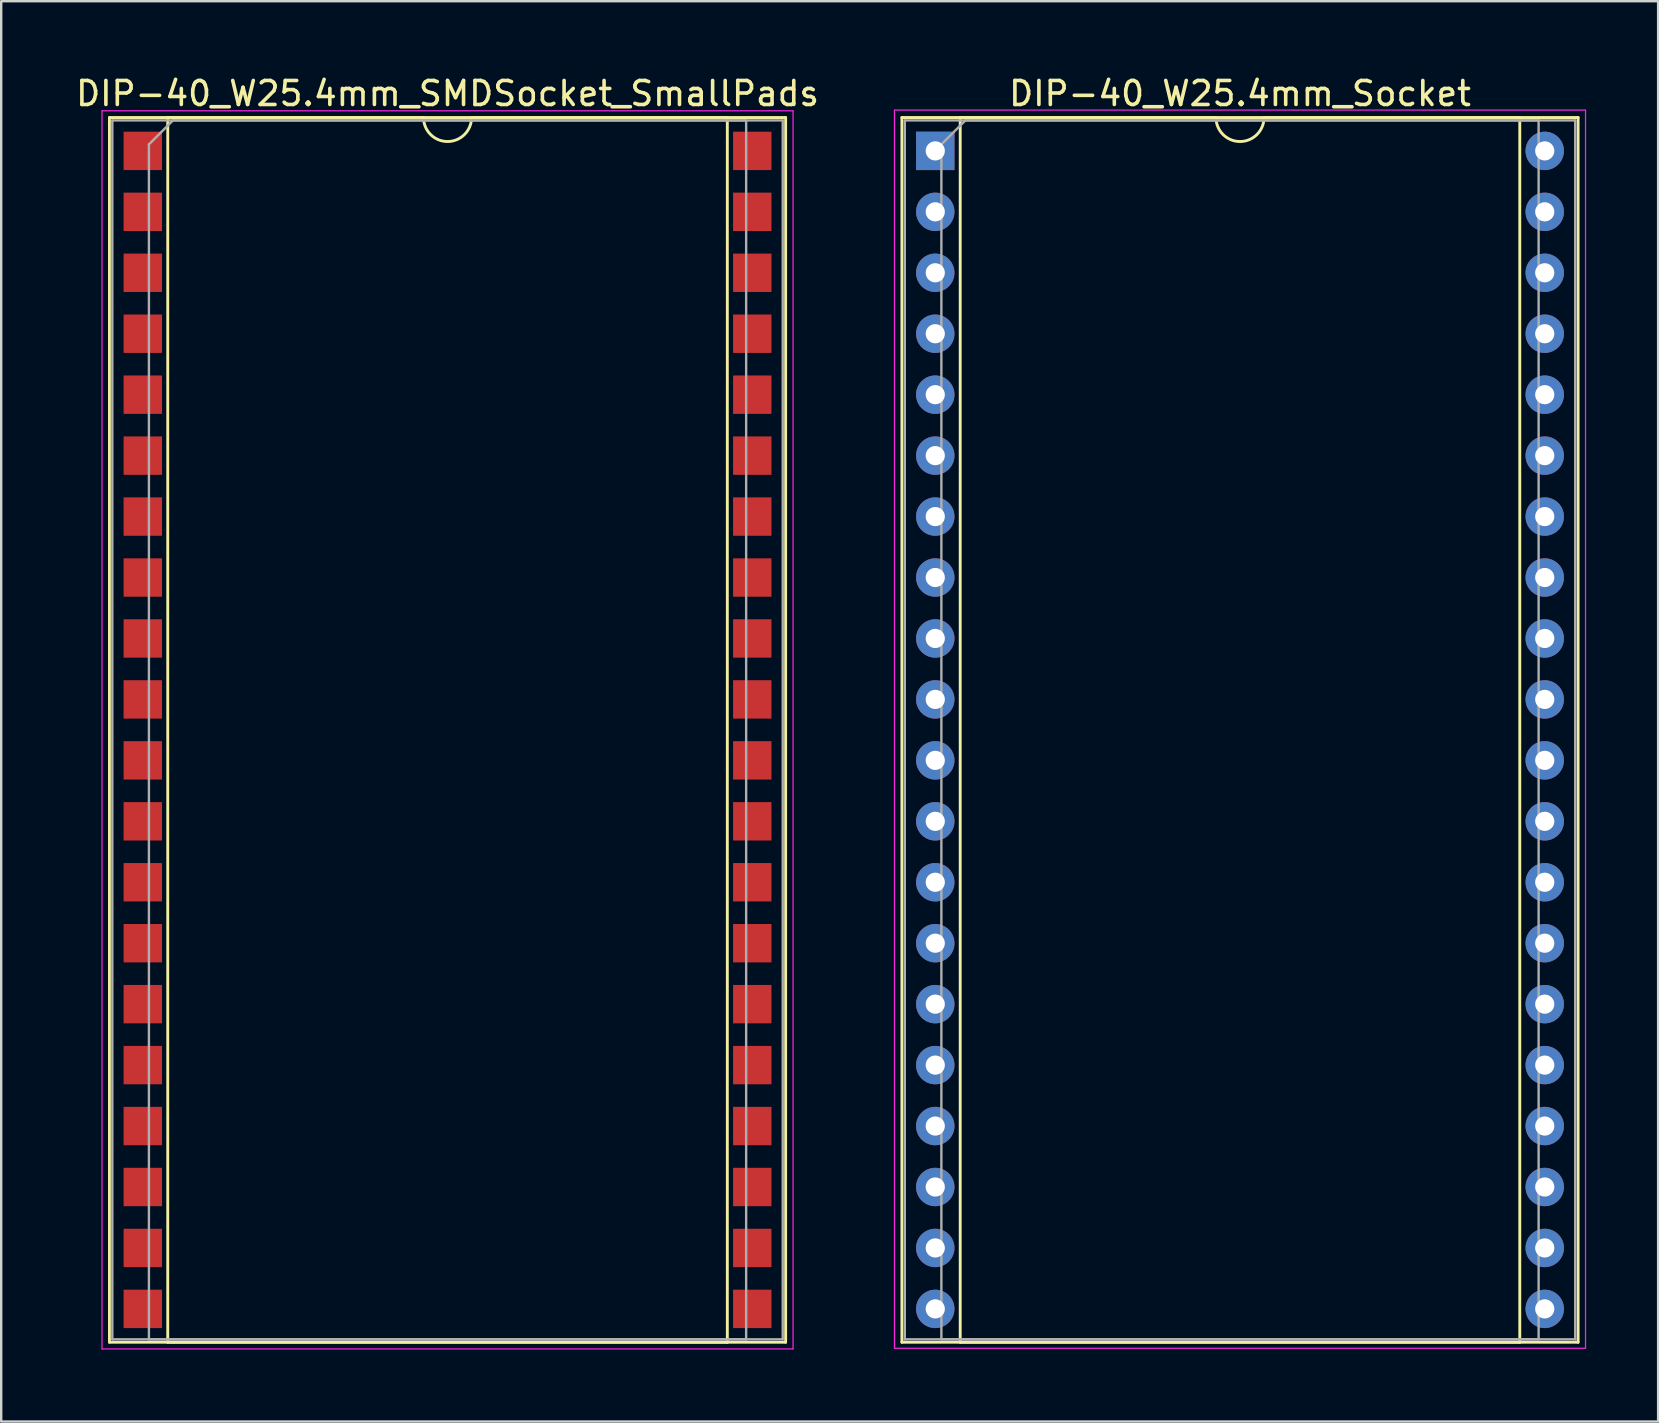
<source format=kicad_pcb>
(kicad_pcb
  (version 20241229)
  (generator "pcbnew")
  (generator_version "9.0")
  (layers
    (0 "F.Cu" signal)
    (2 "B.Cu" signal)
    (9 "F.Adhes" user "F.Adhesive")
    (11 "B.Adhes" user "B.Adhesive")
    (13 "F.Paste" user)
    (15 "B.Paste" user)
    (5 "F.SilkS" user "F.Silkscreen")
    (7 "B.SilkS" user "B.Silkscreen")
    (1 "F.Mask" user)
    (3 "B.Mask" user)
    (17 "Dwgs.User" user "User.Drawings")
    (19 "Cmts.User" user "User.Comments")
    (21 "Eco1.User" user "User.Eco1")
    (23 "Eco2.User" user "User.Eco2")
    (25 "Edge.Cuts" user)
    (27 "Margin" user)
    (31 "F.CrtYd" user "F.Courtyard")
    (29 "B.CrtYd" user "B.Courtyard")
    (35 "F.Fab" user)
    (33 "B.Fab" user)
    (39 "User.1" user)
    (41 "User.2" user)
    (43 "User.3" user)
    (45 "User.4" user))
  (footprint "DIP-40_W25.4mm_Socket"
    (layer "F.Cu")
    (at 35.927 3.238)
    (property "Reference" "DIP-40_W25.4mm_Socket" (at 12.7 -2.39 0) (layer "F.SilkS") (effects (font (size 1 1) (thickness 0.15))))
    (attr through_hole)
    (fp_line (start -1.39 -1.39) (end -1.39 49.65) (stroke (width 0.12) (type solid)) (layer "F.SilkS"))
    (fp_line (start -1.39 49.65) (end 26.79 49.65) (stroke (width 0.12) (type solid)) (layer "F.SilkS"))
    (fp_line (start 1.04 -1.39) (end 1.04 49.65) (stroke (width 0.12) (type solid)) (layer "F.SilkS"))
    (fp_line (start 1.04 49.65) (end 24.36 49.65) (stroke (width 0.12) (type solid)) (layer "F.SilkS"))
    (fp_line (start 11.7 -1.39) (end 1.04 -1.39) (stroke (width 0.12) (type solid)) (layer "F.SilkS"))
    (fp_line (start 24.36 -1.39) (end 13.7 -1.39) (stroke (width 0.12) (type solid)) (layer "F.SilkS"))
    (fp_line (start 24.36 49.65) (end 24.36 -1.39) (stroke (width 0.12) (type solid)) (layer "F.SilkS"))
    (fp_line (start 26.79 -1.39) (end -1.39 -1.39) (stroke (width 0.12) (type solid)) (layer "F.SilkS"))
    (fp_line (start 26.79 49.65) (end 26.79 -1.39) (stroke (width 0.12) (type solid)) (layer "F.SilkS"))
    (fp_arc (start 13.7 -1.39) (mid 12.7 -0.39) (end 11.7 -1.39) (stroke (width 0.12) (type solid)) (layer "F.SilkS"))
    (fp_line (start -1.7 -1.7) (end -1.7 49.9) (stroke (width 0.05) (type solid)) (layer "F.CrtYd"))
    (fp_line (start -1.7 49.9) (end 27.1 49.9) (stroke (width 0.05) (type solid)) (layer "F.CrtYd"))
    (fp_line (start 27.1 -1.7) (end -1.7 -1.7) (stroke (width 0.05) (type solid)) (layer "F.CrtYd"))
    (fp_line (start 27.1 49.9) (end 27.1 -1.7) (stroke (width 0.05) (type solid)) (layer "F.CrtYd"))
    (fp_line (start -1.27 -1.27) (end -1.27 49.53) (stroke (width 0.1) (type solid)) (layer "F.Fab"))
    (fp_line (start -1.27 49.53) (end 26.67 49.53) (stroke (width 0.1) (type solid)) (layer "F.Fab"))
    (fp_line (start 0.255 -0.27) (end 1.255 -1.27) (stroke (width 0.1) (type solid)) (layer "F.Fab"))
    (fp_line (start 0.255 49.53) (end 0.255 -0.27) (stroke (width 0.1) (type solid)) (layer "F.Fab"))
    (fp_line (start 1.255 -1.27) (end 25.145 -1.27) (stroke (width 0.1) (type solid)) (layer "F.Fab"))
    (fp_line (start 25.145 -1.27) (end 25.145 49.53) (stroke (width 0.1) (type solid)) (layer "F.Fab"))
    (fp_line (start 25.145 49.53) (end 0.255 49.53) (stroke (width 0.1) (type solid)) (layer "F.Fab"))
    (fp_line (start 26.67 -1.27) (end -1.27 -1.27) (stroke (width 0.1) (type solid)) (layer "F.Fab"))
    (fp_line (start 26.67 49.53) (end 26.67 -1.27) (stroke (width 0.1) (type solid)) (layer "F.Fab"))
    (pad "1" thru_hole rect (at 0 0) (size 1.6 1.6) (drill 0.8) (layers "*.Cu" "*.Mask"))
    (pad "2" thru_hole oval (at 0 2.54) (size 1.6 1.6) (drill 0.8) (layers "*.Cu" "*.Mask"))
    (pad "3" thru_hole oval (at 0 5.08) (size 1.6 1.6) (drill 0.8) (layers "*.Cu" "*.Mask"))
    (pad "4" thru_hole oval (at 0 7.62) (size 1.6 1.6) (drill 0.8) (layers "*.Cu" "*.Mask"))
    (pad "5" thru_hole oval (at 0 10.16) (size 1.6 1.6) (drill 0.8) (layers "*.Cu" "*.Mask"))
    (pad "6" thru_hole oval (at 0 12.7) (size 1.6 1.6) (drill 0.8) (layers "*.Cu" "*.Mask"))
    (pad "7" thru_hole oval (at 0 15.24) (size 1.6 1.6) (drill 0.8) (layers "*.Cu" "*.Mask"))
    (pad "8" thru_hole oval (at 0 17.78) (size 1.6 1.6) (drill 0.8) (layers "*.Cu" "*.Mask"))
    (pad "9" thru_hole oval (at 0 20.32) (size 1.6 1.6) (drill 0.8) (layers "*.Cu" "*.Mask"))
    (pad "10" thru_hole oval (at 0 22.86) (size 1.6 1.6) (drill 0.8) (layers "*.Cu" "*.Mask"))
    (pad "11" thru_hole oval (at 0 25.4) (size 1.6 1.6) (drill 0.8) (layers "*.Cu" "*.Mask"))
    (pad "12" thru_hole oval (at 0 27.94) (size 1.6 1.6) (drill 0.8) (layers "*.Cu" "*.Mask"))
    (pad "13" thru_hole oval (at 0 30.48) (size 1.6 1.6) (drill 0.8) (layers "*.Cu" "*.Mask"))
    (pad "14" thru_hole oval (at 0 33.02) (size 1.6 1.6) (drill 0.8) (layers "*.Cu" "*.Mask"))
    (pad "15" thru_hole oval (at 0 35.56) (size 1.6 1.6) (drill 0.8) (layers "*.Cu" "*.Mask"))
    (pad "16" thru_hole oval (at 0 38.1) (size 1.6 1.6) (drill 0.8) (layers "*.Cu" "*.Mask"))
    (pad "17" thru_hole oval (at 0 40.64) (size 1.6 1.6) (drill 0.8) (layers "*.Cu" "*.Mask"))
    (pad "18" thru_hole oval (at 0 43.18) (size 1.6 1.6) (drill 0.8) (layers "*.Cu" "*.Mask"))
    (pad "19" thru_hole oval (at 0 45.72) (size 1.6 1.6) (drill 0.8) (layers "*.Cu" "*.Mask"))
    (pad "20" thru_hole oval (at 0 48.26) (size 1.6 1.6) (drill 0.8) (layers "*.Cu" "*.Mask"))
    (pad "21" thru_hole oval (at 25.4 48.26) (size 1.6 1.6) (drill 0.8) (layers "*.Cu" "*.Mask"))
    (pad "22" thru_hole oval (at 25.4 45.72) (size 1.6 1.6) (drill 0.8) (layers "*.Cu" "*.Mask"))
    (pad "23" thru_hole oval (at 25.4 43.18) (size 1.6 1.6) (drill 0.8) (layers "*.Cu" "*.Mask"))
    (pad "24" thru_hole oval (at 25.4 40.64) (size 1.6 1.6) (drill 0.8) (layers "*.Cu" "*.Mask"))
    (pad "25" thru_hole oval (at 25.4 38.1) (size 1.6 1.6) (drill 0.8) (layers "*.Cu" "*.Mask"))
    (pad "26" thru_hole oval (at 25.4 35.56) (size 1.6 1.6) (drill 0.8) (layers "*.Cu" "*.Mask"))
    (pad "27" thru_hole oval (at 25.4 33.02) (size 1.6 1.6) (drill 0.8) (layers "*.Cu" "*.Mask"))
    (pad "28" thru_hole oval (at 25.4 30.48) (size 1.6 1.6) (drill 0.8) (layers "*.Cu" "*.Mask"))
    (pad "29" thru_hole oval (at 25.4 27.94) (size 1.6 1.6) (drill 0.8) (layers "*.Cu" "*.Mask"))
    (pad "30" thru_hole oval (at 25.4 25.4) (size 1.6 1.6) (drill 0.8) (layers "*.Cu" "*.Mask"))
    (pad "31" thru_hole oval (at 25.4 22.86) (size 1.6 1.6) (drill 0.8) (layers "*.Cu" "*.Mask"))
    (pad "32" thru_hole oval (at 25.4 20.32) (size 1.6 1.6) (drill 0.8) (layers "*.Cu" "*.Mask"))
    (pad "33" thru_hole oval (at 25.4 17.78) (size 1.6 1.6) (drill 0.8) (layers "*.Cu" "*.Mask"))
    (pad "34" thru_hole oval (at 25.4 15.24) (size 1.6 1.6) (drill 0.8) (layers "*.Cu" "*.Mask"))
    (pad "35" thru_hole oval (at 25.4 12.7) (size 1.6 1.6) (drill 0.8) (layers "*.Cu" "*.Mask"))
    (pad "36" thru_hole oval (at 25.4 10.16) (size 1.6 1.6) (drill 0.8) (layers "*.Cu" "*.Mask"))
    (pad "37" thru_hole oval (at 25.4 7.62) (size 1.6 1.6) (drill 0.8) (layers "*.Cu" "*.Mask"))
    (pad "38" thru_hole oval (at 25.4 5.08) (size 1.6 1.6) (drill 0.8) (layers "*.Cu" "*.Mask"))
    (pad "39" thru_hole oval (at 25.4 2.54) (size 1.6 1.6) (drill 0.8) (layers "*.Cu" "*.Mask"))
    (pad "40" thru_hole oval (at 25.4 0) (size 1.6 1.6) (drill 0.8) (layers "*.Cu" "*.Mask")))
  (footprint "DIP-40_W25.4mm_SMDSocket_SmallPads"
    (layer "F.Cu")
    (at 15.601 27.368)
    (property "Reference" "DIP-40_W25.4mm_SMDSocket_SmallPads" (at 0 -26.52 0) (layer "F.SilkS") (effects (font (size 1 1) (thickness 0.15))))
    (attr smd)
    (fp_line (start -14.09 -25.52) (end -14.09 25.52) (stroke (width 0.12) (type solid)) (layer "F.SilkS"))
    (fp_line (start -14.09 25.52) (end 14.09 25.52) (stroke (width 0.12) (type solid)) (layer "F.SilkS"))
    (fp_line (start -11.66 -25.52) (end -11.66 25.52) (stroke (width 0.12) (type solid)) (layer "F.SilkS"))
    (fp_line (start -11.66 25.52) (end 11.66 25.52) (stroke (width 0.12) (type solid)) (layer "F.SilkS"))
    (fp_line (start -1 -25.52) (end -11.66 -25.52) (stroke (width 0.12) (type solid)) (layer "F.SilkS"))
    (fp_line (start 11.66 -25.52) (end 1 -25.52) (stroke (width 0.12) (type solid)) (layer "F.SilkS"))
    (fp_line (start 11.66 25.52) (end 11.66 -25.52) (stroke (width 0.12) (type solid)) (layer "F.SilkS"))
    (fp_line (start 14.09 -25.52) (end -14.09 -25.52) (stroke (width 0.12) (type solid)) (layer "F.SilkS"))
    (fp_line (start 14.09 25.52) (end 14.09 -25.52) (stroke (width 0.12) (type solid)) (layer "F.SilkS"))
    (fp_arc (start 1 -25.52) (mid 0 -24.52) (end -1 -25.52) (stroke (width 0.12) (type solid)) (layer "F.SilkS"))
    (fp_line (start -14.4 -25.8) (end -14.4 25.8) (stroke (width 0.05) (type solid)) (layer "F.CrtYd"))
    (fp_line (start -14.4 25.8) (end 14.4 25.8) (stroke (width 0.05) (type solid)) (layer "F.CrtYd"))
    (fp_line (start 14.4 -25.8) (end -14.4 -25.8) (stroke (width 0.05) (type solid)) (layer "F.CrtYd"))
    (fp_line (start 14.4 25.8) (end 14.4 -25.8) (stroke (width 0.05) (type solid)) (layer "F.CrtYd"))
    (fp_line (start -13.97 -25.4) (end -13.97 25.4) (stroke (width 0.1) (type solid)) (layer "F.Fab"))
    (fp_line (start -13.97 25.4) (end 13.97 25.4) (stroke (width 0.1) (type solid)) (layer "F.Fab"))
    (fp_line (start -12.445 -24.4) (end -11.445 -25.4) (stroke (width 0.1) (type solid)) (layer "F.Fab"))
    (fp_line (start -12.445 25.4) (end -12.445 -24.4) (stroke (width 0.1) (type solid)) (layer "F.Fab"))
    (fp_line (start -11.445 -25.4) (end 12.445 -25.4) (stroke (width 0.1) (type solid)) (layer "F.Fab"))
    (fp_line (start 12.445 -25.4) (end 12.445 25.4) (stroke (width 0.1) (type solid)) (layer "F.Fab"))
    (fp_line (start 12.445 25.4) (end -12.445 25.4) (stroke (width 0.1) (type solid)) (layer "F.Fab"))
    (fp_line (start 13.97 -25.4) (end -13.97 -25.4) (stroke (width 0.1) (type solid)) (layer "F.Fab"))
    (fp_line (start 13.97 25.4) (end 13.97 -25.4) (stroke (width 0.1) (type solid)) (layer "F.Fab"))
    (pad "1" smd rect (at -12.7 -24.13) (size 1.6 1.6) (layers "F.Cu" "F.Mask"))
    (pad "2" smd rect (at -12.7 -21.59) (size 1.6 1.6) (layers "F.Cu" "F.Mask"))
    (pad "3" smd rect (at -12.7 -19.05) (size 1.6 1.6) (layers "F.Cu" "F.Mask"))
    (pad "4" smd rect (at -12.7 -16.51) (size 1.6 1.6) (layers "F.Cu" "F.Mask"))
    (pad "5" smd rect (at -12.7 -13.97) (size 1.6 1.6) (layers "F.Cu" "F.Mask"))
    (pad "6" smd rect (at -12.7 -11.43) (size 1.6 1.6) (layers "F.Cu" "F.Mask"))
    (pad "7" smd rect (at -12.7 -8.89) (size 1.6 1.6) (layers "F.Cu" "F.Mask"))
    (pad "8" smd rect (at -12.7 -6.35) (size 1.6 1.6) (layers "F.Cu" "F.Mask"))
    (pad "9" smd rect (at -12.7 -3.81) (size 1.6 1.6) (layers "F.Cu" "F.Mask"))
    (pad "10" smd rect (at -12.7 -1.27) (size 1.6 1.6) (layers "F.Cu" "F.Mask"))
    (pad "11" smd rect (at -12.7 1.27) (size 1.6 1.6) (layers "F.Cu" "F.Mask"))
    (pad "12" smd rect (at -12.7 3.81) (size 1.6 1.6) (layers "F.Cu" "F.Mask"))
    (pad "13" smd rect (at -12.7 6.35) (size 1.6 1.6) (layers "F.Cu" "F.Mask"))
    (pad "14" smd rect (at -12.7 8.89) (size 1.6 1.6) (layers "F.Cu" "F.Mask"))
    (pad "15" smd rect (at -12.7 11.43) (size 1.6 1.6) (layers "F.Cu" "F.Mask"))
    (pad "16" smd rect (at -12.7 13.97) (size 1.6 1.6) (layers "F.Cu" "F.Mask"))
    (pad "17" smd rect (at -12.7 16.51) (size 1.6 1.6) (layers "F.Cu" "F.Mask"))
    (pad "18" smd rect (at -12.7 19.05) (size 1.6 1.6) (layers "F.Cu" "F.Mask"))
    (pad "19" smd rect (at -12.7 21.59) (size 1.6 1.6) (layers "F.Cu" "F.Mask"))
    (pad "20" smd rect (at -12.7 24.13) (size 1.6 1.6) (layers "F.Cu" "F.Mask"))
    (pad "21" smd rect (at 12.7 24.13) (size 1.6 1.6) (layers "F.Cu" "F.Mask"))
    (pad "22" smd rect (at 12.7 21.59) (size 1.6 1.6) (layers "F.Cu" "F.Mask"))
    (pad "23" smd rect (at 12.7 19.05) (size 1.6 1.6) (layers "F.Cu" "F.Mask"))
    (pad "24" smd rect (at 12.7 16.51) (size 1.6 1.6) (layers "F.Cu" "F.Mask"))
    (pad "25" smd rect (at 12.7 13.97) (size 1.6 1.6) (layers "F.Cu" "F.Mask"))
    (pad "26" smd rect (at 12.7 11.43) (size 1.6 1.6) (layers "F.Cu" "F.Mask"))
    (pad "27" smd rect (at 12.7 8.89) (size 1.6 1.6) (layers "F.Cu" "F.Mask"))
    (pad "28" smd rect (at 12.7 6.35) (size 1.6 1.6) (layers "F.Cu" "F.Mask"))
    (pad "29" smd rect (at 12.7 3.81) (size 1.6 1.6) (layers "F.Cu" "F.Mask"))
    (pad "30" smd rect (at 12.7 1.27) (size 1.6 1.6) (layers "F.Cu" "F.Mask"))
    (pad "31" smd rect (at 12.7 -1.27) (size 1.6 1.6) (layers "F.Cu" "F.Mask"))
    (pad "32" smd rect (at 12.7 -3.81) (size 1.6 1.6) (layers "F.Cu" "F.Mask"))
    (pad "33" smd rect (at 12.7 -6.35) (size 1.6 1.6) (layers "F.Cu" "F.Mask"))
    (pad "34" smd rect (at 12.7 -8.89) (size 1.6 1.6) (layers "F.Cu" "F.Mask"))
    (pad "35" smd rect (at 12.7 -11.43) (size 1.6 1.6) (layers "F.Cu" "F.Mask"))
    (pad "36" smd rect (at 12.7 -13.97) (size 1.6 1.6) (layers "F.Cu" "F.Mask"))
    (pad "37" smd rect (at 12.7 -16.51) (size 1.6 1.6) (layers "F.Cu" "F.Mask"))
    (pad "38" smd rect (at 12.7 -19.05) (size 1.6 1.6) (layers "F.Cu" "F.Mask"))
    (pad "39" smd rect (at 12.7 -21.59) (size 1.6 1.6) (layers "F.Cu" "F.Mask"))
    (pad "40" smd rect (at 12.7 -24.13) (size 1.6 1.6) (layers "F.Cu" "F.Mask")))
  (gr_rect
    (start -3 -3)
    (end 66.052 56.193)
    (stroke (width 0.1) (type default))
    (fill no)
    (layer "Edge.Cuts")))
</source>
